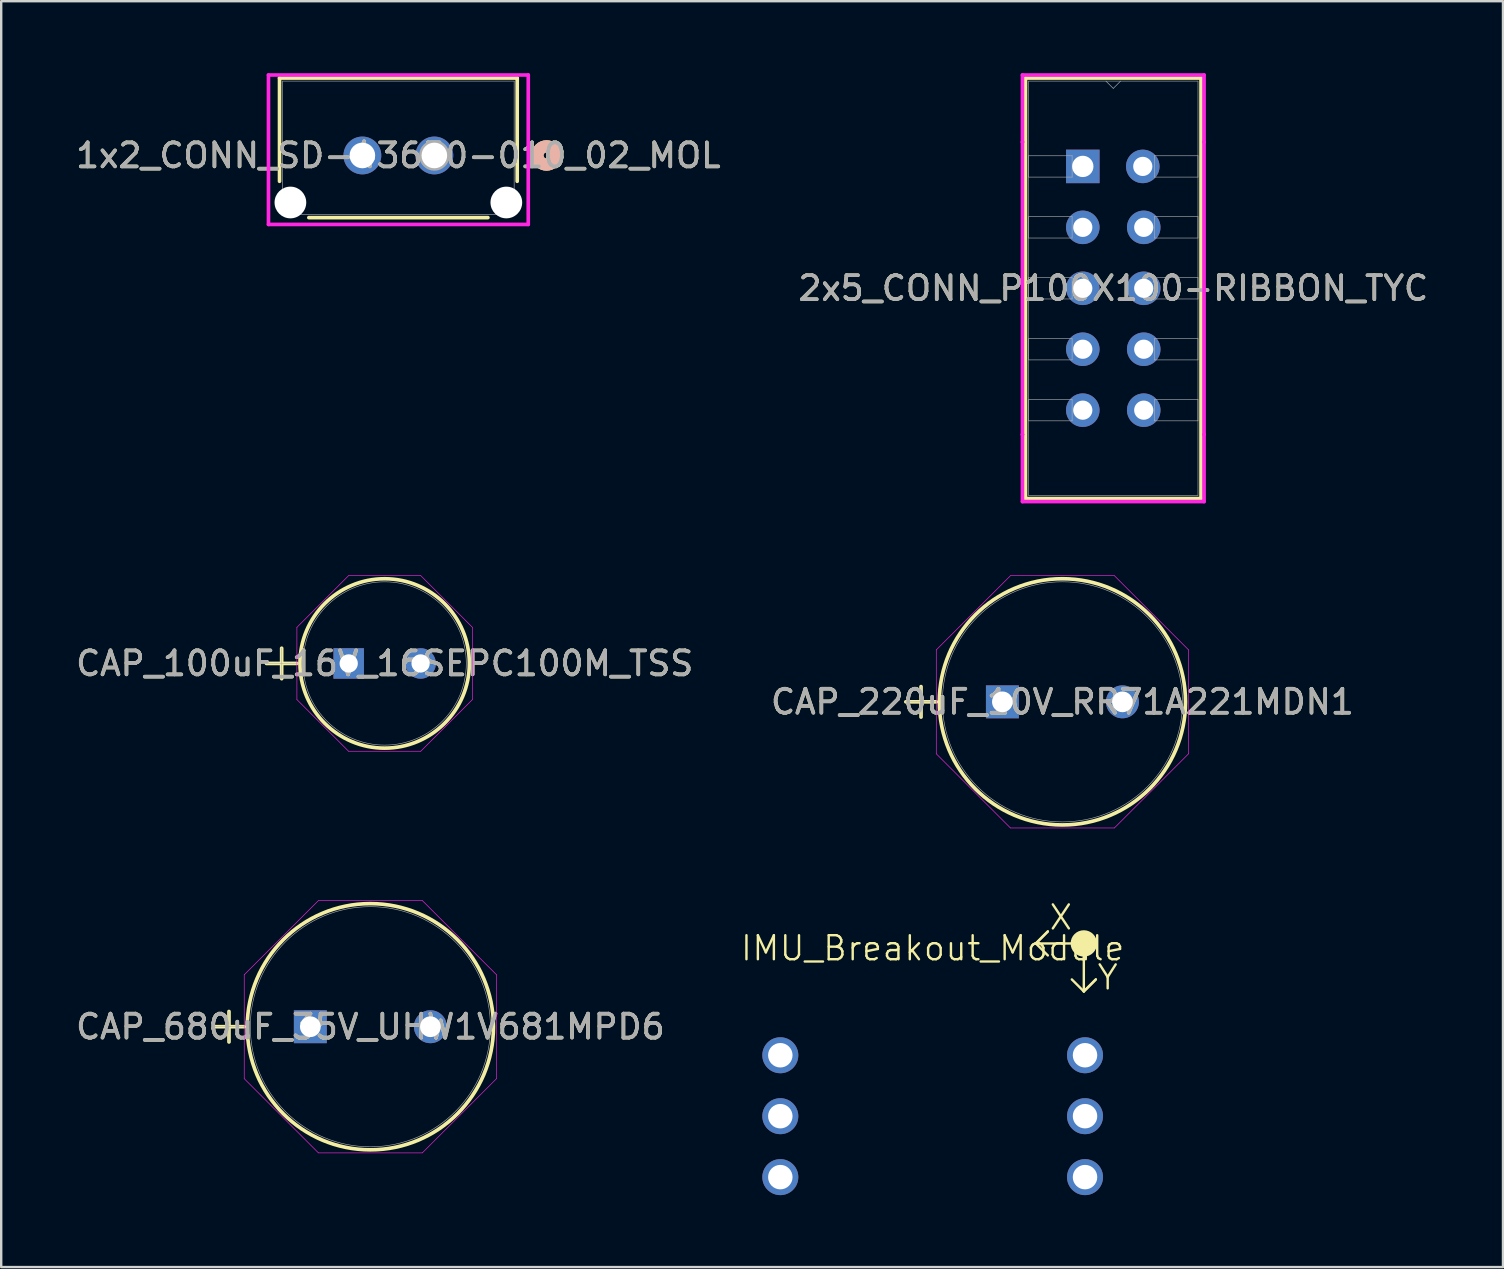
<source format=kicad_pcb>
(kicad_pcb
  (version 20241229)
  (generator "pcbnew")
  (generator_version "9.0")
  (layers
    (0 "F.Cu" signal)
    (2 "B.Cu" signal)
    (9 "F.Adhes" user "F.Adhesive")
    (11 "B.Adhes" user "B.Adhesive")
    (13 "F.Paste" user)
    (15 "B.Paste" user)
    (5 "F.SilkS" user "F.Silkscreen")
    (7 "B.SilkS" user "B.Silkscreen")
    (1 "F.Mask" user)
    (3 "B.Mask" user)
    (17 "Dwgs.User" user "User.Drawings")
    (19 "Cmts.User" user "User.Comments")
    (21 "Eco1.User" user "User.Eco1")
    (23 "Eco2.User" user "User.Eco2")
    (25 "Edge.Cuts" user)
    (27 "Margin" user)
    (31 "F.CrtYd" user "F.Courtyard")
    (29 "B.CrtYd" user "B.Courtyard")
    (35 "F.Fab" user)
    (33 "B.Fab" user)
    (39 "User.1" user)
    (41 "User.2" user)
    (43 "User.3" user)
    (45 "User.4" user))
  (footprint "2x5_CONN_P100X100-RIBBON_TYC"
    (layer "F.Cu")
    (at 42.081 3.886)
    (property "Reference" "2x5_CONN_P100X100-RIBBON_TYC" (at 1.27 5.08 0) (unlocked yes) (layer "F.SilkS") (effects (font (size 1 1) (thickness 0.15))))
    (attr through_hole)
    (fp_line (start -2.388 -3.683) (end -2.388 13.843) (stroke (width 0.152) (type solid)) (layer "F.SilkS"))
    (fp_line (start -2.388 13.843) (end 4.928 13.843) (stroke (width 0.152) (type solid)) (layer "F.SilkS"))
    (fp_line (start 4.928 -3.683) (end -2.388 -3.683) (stroke (width 0.152) (type solid)) (layer "F.SilkS"))
    (fp_line (start 4.928 13.843) (end 4.928 -3.683) (stroke (width 0.152) (type solid)) (layer "F.SilkS"))
    (fp_line (start -2.515 -3.81) (end 5.055 -3.81) (stroke (width 0.152) (type solid)) (layer "F.CrtYd"))
    (fp_line (start -2.515 -1.016) (end -2.515 -3.81) (stroke (width 0.152) (type solid)) (layer "F.CrtYd"))
    (fp_line (start -2.515 -1.016) (end -2.515 -1.016) (stroke (width 0.152) (type solid)) (layer "F.CrtYd"))
    (fp_line (start -2.515 11.176) (end -2.515 -1.016) (stroke (width 0.152) (type solid)) (layer "F.CrtYd"))
    (fp_line (start -2.515 11.176) (end -2.515 11.176) (stroke (width 0.152) (type solid)) (layer "F.CrtYd"))
    (fp_line (start -2.515 13.97) (end -2.515 11.176) (stroke (width 0.152) (type solid)) (layer "F.CrtYd"))
    (fp_line (start 5.055 -3.81) (end 5.055 -1.016) (stroke (width 0.152) (type solid)) (layer "F.CrtYd"))
    (fp_line (start 5.055 -1.016) (end 5.055 -1.016) (stroke (width 0.152) (type solid)) (layer "F.CrtYd"))
    (fp_line (start 5.055 -1.016) (end 5.055 11.176) (stroke (width 0.152) (type solid)) (layer "F.CrtYd"))
    (fp_line (start 5.055 11.176) (end 5.055 11.176) (stroke (width 0.152) (type solid)) (layer "F.CrtYd"))
    (fp_line (start 5.055 11.176) (end 5.055 13.97) (stroke (width 0.152) (type solid)) (layer "F.CrtYd"))
    (fp_line (start 5.055 13.97) (end -2.515 13.97) (stroke (width 0.152) (type solid)) (layer "F.CrtYd"))
    (fp_line (start -2.261 -3.556) (end -2.261 13.716) (stroke (width 0.025) (type solid)) (layer "F.Fab"))
    (fp_line (start -2.261 -0.445) (end -0.445 -0.445) (stroke (width 0.025) (type solid)) (layer "F.Fab"))
    (fp_line (start -2.261 0.445) (end -2.261 -0.445) (stroke (width 0.025) (type solid)) (layer "F.Fab"))
    (fp_line (start -2.261 2.095) (end -0.445 2.095) (stroke (width 0.025) (type solid)) (layer "F.Fab"))
    (fp_line (start -2.261 2.985) (end -2.261 2.095) (stroke (width 0.025) (type solid)) (layer "F.Fab"))
    (fp_line (start -2.261 4.636) (end -0.445 4.636) (stroke (width 0.025) (type solid)) (layer "F.Fab"))
    (fp_line (start -2.261 5.524) (end -2.261 4.636) (stroke (width 0.025) (type solid)) (layer "F.Fab"))
    (fp_line (start -2.261 7.176) (end -0.445 7.176) (stroke (width 0.025) (type solid)) (layer "F.Fab"))
    (fp_line (start -2.261 8.065) (end -2.261 7.176) (stroke (width 0.025) (type solid)) (layer "F.Fab"))
    (fp_line (start -2.261 9.716) (end -0.445 9.716) (stroke (width 0.025) (type solid)) (layer "F.Fab"))
    (fp_line (start -2.261 10.604) (end -2.261 9.716) (stroke (width 0.025) (type solid)) (layer "F.Fab"))
    (fp_line (start -2.261 13.716) (end 4.801 13.716) (stroke (width 0.025) (type solid)) (layer "F.Fab"))
    (fp_line (start -0.445 -0.445) (end -0.445 0.445) (stroke (width 0.025) (type solid)) (layer "F.Fab"))
    (fp_line (start -0.445 0.445) (end -2.261 0.445) (stroke (width 0.025) (type solid)) (layer "F.Fab"))
    (fp_line (start -0.445 2.095) (end -0.445 2.985) (stroke (width 0.025) (type solid)) (layer "F.Fab"))
    (fp_line (start -0.445 2.985) (end -2.261 2.985) (stroke (width 0.025) (type solid)) (layer "F.Fab"))
    (fp_line (start -0.445 4.636) (end -0.445 5.524) (stroke (width 0.025) (type solid)) (layer "F.Fab"))
    (fp_line (start -0.445 5.524) (end -2.261 5.524) (stroke (width 0.025) (type solid)) (layer "F.Fab"))
    (fp_line (start -0.445 7.176) (end -0.445 8.065) (stroke (width 0.025) (type solid)) (layer "F.Fab"))
    (fp_line (start -0.445 8.065) (end -2.261 8.065) (stroke (width 0.025) (type solid)) (layer "F.Fab"))
    (fp_line (start -0.445 9.716) (end -0.445 10.604) (stroke (width 0.025) (type solid)) (layer "F.Fab"))
    (fp_line (start -0.445 10.604) (end -2.261 10.604) (stroke (width 0.025) (type solid)) (layer "F.Fab"))
    (fp_line (start 0.965 -3.556) (end 1.27 -3.251) (stroke (width 0.025) (type solid)) (layer "F.Fab"))
    (fp_line (start 1.27 -3.251) (end 1.575 -3.556) (stroke (width 0.025) (type solid)) (layer "F.Fab"))
    (fp_line (start 2.985 -0.445) (end 4.801 -0.445) (stroke (width 0.025) (type solid)) (layer "F.Fab"))
    (fp_line (start 2.985 0.445) (end 2.985 -0.445) (stroke (width 0.025) (type solid)) (layer "F.Fab"))
    (fp_line (start 2.985 2.095) (end 4.801 2.095) (stroke (width 0.025) (type solid)) (layer "F.Fab"))
    (fp_line (start 2.985 2.985) (end 2.985 2.095) (stroke (width 0.025) (type solid)) (layer "F.Fab"))
    (fp_line (start 2.985 4.636) (end 4.801 4.636) (stroke (width 0.025) (type solid)) (layer "F.Fab"))
    (fp_line (start 2.985 5.524) (end 2.985 4.636) (stroke (width 0.025) (type solid)) (layer "F.Fab"))
    (fp_line (start 2.985 7.176) (end 4.801 7.176) (stroke (width 0.025) (type solid)) (layer "F.Fab"))
    (fp_line (start 2.985 8.065) (end 2.985 7.176) (stroke (width 0.025) (type solid)) (layer "F.Fab"))
    (fp_line (start 2.985 9.716) (end 4.801 9.716) (stroke (width 0.025) (type solid)) (layer "F.Fab"))
    (fp_line (start 2.985 10.604) (end 2.985 9.716) (stroke (width 0.025) (type solid)) (layer "F.Fab"))
    (fp_line (start 4.801 -3.556) (end -2.261 -3.556) (stroke (width 0.025) (type solid)) (layer "F.Fab"))
    (fp_line (start 4.801 -0.445) (end 4.801 0.445) (stroke (width 0.025) (type solid)) (layer "F.Fab"))
    (fp_line (start 4.801 0.445) (end 2.985 0.445) (stroke (width 0.025) (type solid)) (layer "F.Fab"))
    (fp_line (start 4.801 2.095) (end 4.801 2.985) (stroke (width 0.025) (type solid)) (layer "F.Fab"))
    (fp_line (start 4.801 2.985) (end 2.985 2.985) (stroke (width 0.025) (type solid)) (layer "F.Fab"))
    (fp_line (start 4.801 4.636) (end 4.801 5.524) (stroke (width 0.025) (type solid)) (layer "F.Fab"))
    (fp_line (start 4.801 5.524) (end 2.985 5.524) (stroke (width 0.025) (type solid)) (layer "F.Fab"))
    (fp_line (start 4.801 7.176) (end 4.801 8.065) (stroke (width 0.025) (type solid)) (layer "F.Fab"))
    (fp_line (start 4.801 8.065) (end 2.985 8.065) (stroke (width 0.025) (type solid)) (layer "F.Fab"))
    (fp_line (start 4.801 9.716) (end 4.801 10.604) (stroke (width 0.025) (type solid)) (layer "F.Fab"))
    (fp_line (start 4.801 10.604) (end 2.985 10.604) (stroke (width 0.025) (type solid)) (layer "F.Fab"))
    (fp_line (start 4.801 13.716) (end 4.801 -3.556) (stroke (width 0.025) (type solid)) (layer "F.Fab"))
    (fp_text user "${REFERENCE}" (at 1.27 5.08 0) (unlocked yes) (layer "F.Fab") (effects (font (size 1 1) (thickness 0.15))))
    (pad "1" thru_hole rect (at 0 0) (size 1.397 1.397) (drill 0.889) (layers "*.Cu" "*.Mask"))
    (pad "2" thru_hole circle (at 2.5 0) (size 1.397 1.397) (drill 0.8) (layers "*.Cu" "*.Mask"))
    (pad "3" thru_hole circle (at 0 2.54) (size 1.397 1.397) (drill 0.8) (layers "*.Cu" "*.Mask"))
    (pad "4" thru_hole circle (at 2.54 2.54) (size 1.397 1.397) (drill 0.8) (layers "*.Cu" "*.Mask"))
    (pad "5" thru_hole circle (at 0 5.08) (size 1.397 1.397) (drill 0.8) (layers "*.Cu" "*.Mask"))
    (pad "6" thru_hole circle (at 2.54 5.08) (size 1.397 1.397) (drill 0.8) (layers "*.Cu" "*.Mask"))
    (pad "7" thru_hole circle (at 0 7.62) (size 1.397 1.397) (drill 0.8) (layers "*.Cu" "*.Mask"))
    (pad "8" thru_hole circle (at 2.54 7.62) (size 1.397 1.397) (drill 0.8) (layers "*.Cu" "*.Mask"))
    (pad "9" thru_hole circle (at 0 10.16) (size 1.397 1.397) (drill 0.8) (layers "*.Cu" "*.Mask"))
    (pad "10" thru_hole circle (at 2.54 10.16) (size 1.397 1.397) (drill 0.8) (layers "*.Cu" "*.Mask")))
  (footprint "1x2_CONN_SD-43650-010_02_MOL"
    (layer "F.Cu")
    (at 15.054 3.43)
    (property "Reference" "1x2_CONN_SD-43650-010_02_MOL" (at -1.5 0 0) (unlocked yes) (layer "F.SilkS") (effects (font (size 1 1) (thickness 0.15))))
    (attr through_hole)
    (fp_line (start -6.453 -3.227) (end -6.453 1.076) (stroke (width 0.152) (type solid)) (layer "F.SilkS"))
    (fp_line (start -5.232 2.59) (end 2.232 2.59) (stroke (width 0.152) (type solid)) (layer "F.SilkS"))
    (fp_line (start 3.453 -3.227) (end -6.453 -3.227) (stroke (width 0.152) (type solid)) (layer "F.SilkS"))
    (fp_line (start 3.453 1.076) (end 3.453 -3.227) (stroke (width 0.152) (type solid)) (layer "F.SilkS"))
    (fp_circle (center 4.676 0) (end 5.057 0) (stroke (width 0.508) (type solid)) (fill no) (layer "F.SilkS"))
    (fp_circle (center 4.676 0) (end 5.057 0) (stroke (width 0.508) (type solid)) (fill no) (layer "B.SilkS"))
    (fp_line (start -6.914 -3.354) (end -6.914 2.874) (stroke (width 0.152) (type solid)) (layer "F.CrtYd"))
    (fp_line (start -6.914 2.874) (end 3.914 2.874) (stroke (width 0.152) (type solid)) (layer "F.CrtYd"))
    (fp_line (start 3.914 -3.354) (end -6.914 -3.354) (stroke (width 0.152) (type solid)) (layer "F.CrtYd"))
    (fp_line (start 3.914 2.874) (end 3.914 -3.354) (stroke (width 0.152) (type solid)) (layer "F.CrtYd"))
    (fp_line (start -6.326 -3.1) (end -6.326 2.463) (stroke (width 0.025) (type solid)) (layer "F.Fab"))
    (fp_line (start -6.326 2.463) (end 3.326 2.463) (stroke (width 0.025) (type solid)) (layer "F.Fab"))
    (fp_line (start 3.326 -3.1) (end -6.326 -3.1) (stroke (width 0.025) (type solid)) (layer "F.Fab"))
    (fp_line (start 3.326 2.463) (end 3.326 -3.1) (stroke (width 0.025) (type solid)) (layer "F.Fab"))
    (fp_circle (center 0 0) (end 0.381 0) (stroke (width 0.508) (type solid)) (fill no) (layer "F.Fab"))
    (fp_text user "${REFERENCE}" (at -1.5 0 0) (unlocked yes) (layer "F.Fab") (effects (font (size 1 1) (thickness 0.15))))
    (pad "" np_thru_hole circle (at -6 1.96) (size 1.321 1.321) (drill 1.321) (layers "*.Cu" "*.Mask"))
    (pad "" np_thru_hole circle (at 3 1.96) (size 1.321 1.321) (drill 1.321) (layers "*.Cu" "*.Mask"))
    (pad "1" thru_hole circle (at 0 0) (size 1.575 1.575) (drill 1.067) (layers "*.Cu" "*.Mask"))
    (pad "2" thru_hole circle (at -3 0) (size 1.575 1.575) (drill 1.067) (layers "*.Cu" "*.Mask")))
  (footprint "CAP_100uF_16V_16SEPC100M_TSS"
    (layer "F.Cu")
    (at 11.484 24.603)
    (property "Reference" "CAP_100uF_16V_16SEPC100M_TSS" (at 1.499 0 0) (unlocked yes) (layer "F.SilkS") (effects (font (size 1 1) (thickness 0.15))))
    (attr through_hole)
    (fp_line (start -3.429 0) (end -2.159 0) (stroke (width 0.152) (type solid)) (layer "F.SilkS"))
    (fp_line (start -2.794 -0.635) (end -2.794 0.635) (stroke (width 0.152) (type solid)) (layer "F.SilkS"))
    (fp_circle (center 1.499 0) (end 5.029 0) (stroke (width 0.152) (type solid)) (fill no) (layer "F.SilkS"))
    (fp_line (start -2.159 -1.506) (end -0.007 -3.658) (stroke (width 0.025) (type solid)) (layer "F.CrtYd"))
    (fp_line (start -2.159 1.506) (end -2.159 -1.506) (stroke (width 0.025) (type solid)) (layer "F.CrtYd"))
    (fp_line (start -0.007 -3.658) (end 3.005 -3.658) (stroke (width 0.025) (type solid)) (layer "F.CrtYd"))
    (fp_line (start -0.007 3.658) (end -2.159 1.506) (stroke (width 0.025) (type solid)) (layer "F.CrtYd"))
    (fp_line (start 3.005 -3.658) (end 5.156 -1.506) (stroke (width 0.025) (type solid)) (layer "F.CrtYd"))
    (fp_line (start 3.005 3.658) (end -0.007 3.658) (stroke (width 0.025) (type solid)) (layer "F.CrtYd"))
    (fp_line (start 5.156 -1.506) (end 5.156 1.506) (stroke (width 0.025) (type solid)) (layer "F.CrtYd"))
    (fp_line (start 5.156 1.506) (end 3.005 3.658) (stroke (width 0.025) (type solid)) (layer "F.CrtYd"))
    (fp_line (start -3.429 0) (end -2.159 0) (stroke (width 0.025) (type solid)) (layer "F.Fab"))
    (fp_line (start -2.794 -0.635) (end -2.794 0.635) (stroke (width 0.025) (type solid)) (layer "F.Fab"))
    (fp_circle (center 1.499 0) (end 4.902 0) (stroke (width 0.025) (type solid)) (fill no) (layer "F.Fab"))
    (fp_text user "${REFERENCE}" (at 1.499 0 0) (unlocked yes) (layer "F.Fab") (effects (font (size 1 1) (thickness 0.15))))
    (pad "1" thru_hole rect (at 0 0) (size 1.27 1.27) (drill 0.762) (layers "*.Cu" "*.Mask"))
    (pad "2" thru_hole circle (at 2.997 0) (size 1.27 1.27) (drill 0.762) (layers "*.Cu" "*.Mask")))
  (footprint "IMU_Breakout_Module"
    (layer "F.Cu")
    (at 35.824 43.473)
    (property "Reference" "IMU_Breakout_Module" (at 0 -7 0) (unlocked yes) (layer "F.SilkS") (effects (font (size 1 1) (thickness 0.1))))
    (attr through_hole)
    (fp_line (start 4.3 -7.2) (end 4.8 -7.7) (stroke (width 0.1) (type default)) (layer "F.SilkS"))
    (fp_line (start 4.8 -7.7) (end 4.3 -7.2) (stroke (width 0.1) (type default)) (layer "F.SilkS"))
    (fp_line (start 4.8 -6.7) (end 4.3 -7.2) (stroke (width 0.1) (type default)) (layer "F.SilkS"))
    (fp_line (start 6.3 -7.2) (end 4.3 -7.2) (stroke (width 0.1) (type default)) (layer "F.SilkS"))
    (fp_line (start 6.3 -7.2) (end 6.3 -5.2) (stroke (width 0.1) (type default)) (layer "F.SilkS"))
    (fp_line (start 6.3 -5.2) (end 5.8 -5.7) (stroke (width 0.1) (type default)) (layer "F.SilkS"))
    (fp_line (start 6.3 -5.2) (end 6.8 -5.7) (stroke (width 0.1) (type default)) (layer "F.SilkS"))
    (fp_line (start 6.8 -5.7) (end 6.3 -5.2) (stroke (width 0.1) (type default)) (layer "F.SilkS"))
    (fp_circle (center 6.3 -7.2) (end 6.8 -7.2) (stroke (width 0.1) (type solid)) (fill yes) (layer "F.SilkS"))
    (fp_text user "Y" (at 6.8 -5.2 0) (unlocked yes) (layer "F.SilkS") (effects (font (size 1 1) (thickness 0.1)) (justify left bottom)))
    (fp_text user "X" (at 4.8 -7.7 0) (unlocked yes) (layer "F.SilkS") (effects (font (size 1 1) (thickness 0.1)) (justify left bottom)))
    (pad "1" thru_hole circle (at -6.35 -2.54) (size 1.5 1.5) (drill 1.02) (layers "*.Cu" "*.Mask"))
    (pad "2" thru_hole circle (at -6.35 0) (size 1.5 1.5) (drill 1.02) (layers "*.Cu" "*.Mask"))
    (pad "3" thru_hole circle (at -6.35 2.54) (size 1.5 1.5) (drill 1.02) (layers "*.Cu" "*.Mask"))
    (pad "4" thru_hole circle (at 6.35 2.54) (size 1.5 1.5) (drill 1.02) (layers "*.Cu" "*.Mask"))
    (pad "5" thru_hole circle (at 6.35 0) (size 1.5 1.5) (drill 1.02) (layers "*.Cu" "*.Mask"))
    (pad "6" thru_hole circle (at 6.35 -2.54) (size 1.5 1.5) (drill 1.02) (layers "*.Cu" "*.Mask")))
  (footprint "CAP_680uF_35V_UHW1V681MPD6"
    (layer "F.Cu")
    (at 9.885 39.744)
    (property "Reference" "CAP_680uF_35V_UHW1V681MPD6" (at 2.502 0 0) (unlocked yes) (layer "F.SilkS") (effects (font (size 1 1) (thickness 0.15))))
    (attr through_hole)
    (fp_line (start -4.026 0) (end -2.756 0) (stroke (width 0.152) (type solid)) (layer "F.SilkS"))
    (fp_line (start -3.391 -0.635) (end -3.391 0.635) (stroke (width 0.152) (type solid)) (layer "F.SilkS"))
    (fp_circle (center 2.502 0) (end 7.633 0) (stroke (width 0.152) (type solid)) (fill no) (layer "F.SilkS"))
    (fp_line (start -2.756 -2.165) (end 0.337 -5.258) (stroke (width 0.025) (type solid)) (layer "F.CrtYd"))
    (fp_line (start -2.756 2.165) (end -2.756 -2.165) (stroke (width 0.025) (type solid)) (layer "F.CrtYd"))
    (fp_line (start 0.337 -5.258) (end 4.667 -5.258) (stroke (width 0.025) (type solid)) (layer "F.CrtYd"))
    (fp_line (start 0.337 5.258) (end -2.756 2.165) (stroke (width 0.025) (type solid)) (layer "F.CrtYd"))
    (fp_line (start 4.667 -5.258) (end 7.76 -2.165) (stroke (width 0.025) (type solid)) (layer "F.CrtYd"))
    (fp_line (start 4.667 5.258) (end 0.337 5.258) (stroke (width 0.025) (type solid)) (layer "F.CrtYd"))
    (fp_line (start 7.76 -2.165) (end 7.76 2.165) (stroke (width 0.025) (type solid)) (layer "F.CrtYd"))
    (fp_line (start 7.76 2.165) (end 4.667 5.258) (stroke (width 0.025) (type solid)) (layer "F.CrtYd"))
    (fp_line (start -4.026 0) (end -2.756 0) (stroke (width 0.025) (type solid)) (layer "F.Fab"))
    (fp_line (start -3.391 -0.635) (end -3.391 0.635) (stroke (width 0.025) (type solid)) (layer "F.Fab"))
    (fp_circle (center 2.502 0) (end 7.506 0) (stroke (width 0.025) (type solid)) (fill no) (layer "F.Fab"))
    (fp_text user "${REFERENCE}" (at 2.502 0 0) (unlocked yes) (layer "F.Fab") (effects (font (size 1 1) (thickness 0.15))))
    (pad "1" thru_hole rect (at 0 0) (size 1.372 1.372) (drill 0.864) (layers "*.Cu" "*.Mask"))
    (pad "2" thru_hole circle (at 5.004 0) (size 1.372 1.372) (drill 0.864) (layers "*.Cu" "*.Mask")))
  (footprint "CAP_220uF_10V_RR71A221MDN1"
    (layer "F.Cu")
    (at 38.73 26.203)
    (property "Reference" "CAP_220uF_10V_RR71A221MDN1" (at 2.502 0 0) (unlocked yes) (layer "F.SilkS") (effects (font (size 1 1) (thickness 0.15))))
    (attr through_hole)
    (fp_line (start -4.026 0) (end -2.756 0) (stroke (width 0.152) (type solid)) (layer "F.SilkS"))
    (fp_line (start -3.391 -0.635) (end -3.391 0.635) (stroke (width 0.152) (type solid)) (layer "F.SilkS"))
    (fp_circle (center 2.502 0) (end 7.633 0) (stroke (width 0.152) (type solid)) (fill no) (layer "F.SilkS"))
    (fp_line (start -2.756 -2.165) (end 0.337 -5.258) (stroke (width 0.025) (type solid)) (layer "F.CrtYd"))
    (fp_line (start -2.756 2.165) (end -2.756 -2.165) (stroke (width 0.025) (type solid)) (layer "F.CrtYd"))
    (fp_line (start 0.337 -5.258) (end 4.667 -5.258) (stroke (width 0.025) (type solid)) (layer "F.CrtYd"))
    (fp_line (start 0.337 5.258) (end -2.756 2.165) (stroke (width 0.025) (type solid)) (layer "F.CrtYd"))
    (fp_line (start 4.667 -5.258) (end 7.76 -2.165) (stroke (width 0.025) (type solid)) (layer "F.CrtYd"))
    (fp_line (start 4.667 5.258) (end 0.337 5.258) (stroke (width 0.025) (type solid)) (layer "F.CrtYd"))
    (fp_line (start 7.76 -2.165) (end 7.76 2.165) (stroke (width 0.025) (type solid)) (layer "F.CrtYd"))
    (fp_line (start 7.76 2.165) (end 4.667 5.258) (stroke (width 0.025) (type solid)) (layer "F.CrtYd"))
    (fp_line (start -4.026 0) (end -2.756 0) (stroke (width 0.025) (type solid)) (layer "F.Fab"))
    (fp_line (start -3.391 -0.635) (end -3.391 0.635) (stroke (width 0.025) (type solid)) (layer "F.Fab"))
    (fp_circle (center 2.502 0) (end 7.506 0) (stroke (width 0.025) (type solid)) (fill no) (layer "F.Fab"))
    (fp_text user "${REFERENCE}" (at 2.502 0 0) (unlocked yes) (layer "F.Fab") (effects (font (size 1 1) (thickness 0.15))))
    (pad "1" thru_hole rect (at 0 0) (size 1.372 1.372) (drill 0.864) (layers "*.Cu" "*.Mask"))
    (pad "2" thru_hole circle (at 5.004 0) (size 1.372 1.372) (drill 0.864) (layers "*.Cu" "*.Mask")))
  (gr_rect
    (start -3 -3)
    (end 59.595 49.763)
    (stroke (width 0.1) (type default))
    (fill no)
    (layer "Edge.Cuts")))
</source>
